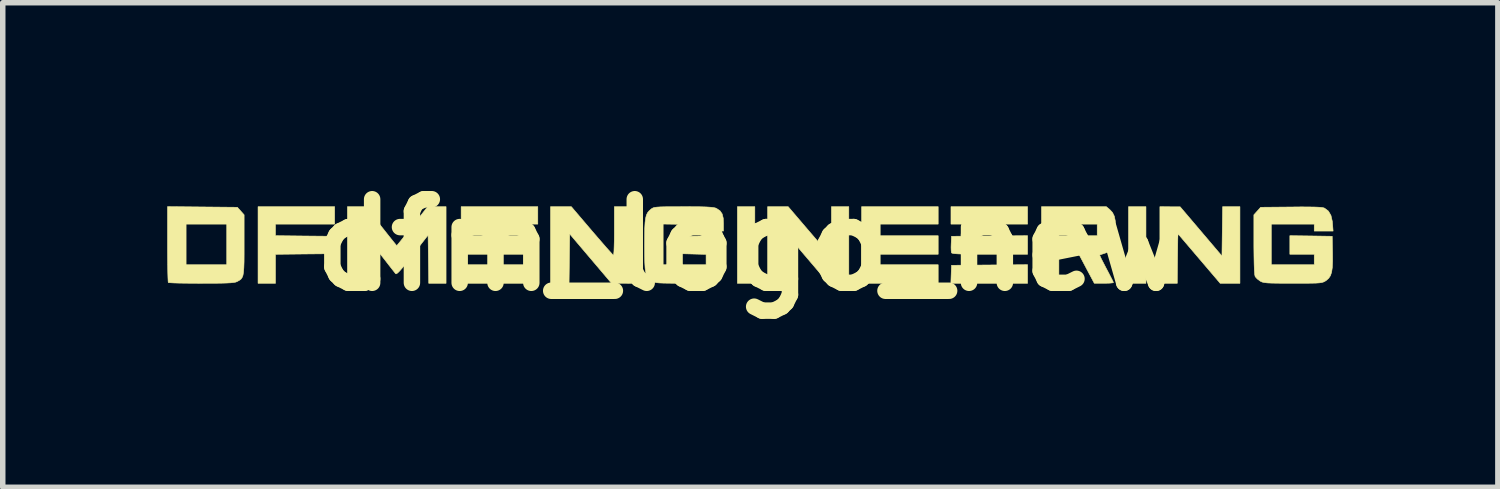
<source format=kicad_pcb>
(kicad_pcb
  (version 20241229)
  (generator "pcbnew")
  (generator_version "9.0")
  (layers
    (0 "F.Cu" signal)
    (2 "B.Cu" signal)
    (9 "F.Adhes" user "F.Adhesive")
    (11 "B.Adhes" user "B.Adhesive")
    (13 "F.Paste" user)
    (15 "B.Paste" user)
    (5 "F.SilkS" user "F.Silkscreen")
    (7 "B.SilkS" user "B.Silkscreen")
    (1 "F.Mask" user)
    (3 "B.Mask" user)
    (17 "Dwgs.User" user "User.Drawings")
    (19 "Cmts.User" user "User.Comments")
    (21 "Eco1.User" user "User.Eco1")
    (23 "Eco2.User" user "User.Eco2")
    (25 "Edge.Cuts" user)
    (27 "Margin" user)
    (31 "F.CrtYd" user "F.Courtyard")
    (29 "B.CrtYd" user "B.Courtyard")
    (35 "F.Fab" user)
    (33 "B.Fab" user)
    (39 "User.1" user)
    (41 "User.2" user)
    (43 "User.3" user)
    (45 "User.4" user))
  (footprint "dfm_logo_new"
    (layer "F.Cu")
    (at 10.631 1.418)
    (property "Reference" "dfm_logo_new" (at 0 0 0) (layer "F.SilkS") (effects (font (size 1.524 1.524) (thickness 0.3))))
    (attr through_hole)
    (fp_poly (pts (xy -3.873 -0.381) (xy -5.271 -0.381) (xy -5.271 -0.699) (xy -3.873 -0.699) (xy -3.873 -0.381)) (stroke (width 0.01) (type solid)) (fill yes) (layer "F.SilkS"))
    (fp_poly (pts (xy -3.873 0.169) (xy -5.271 0.169) (xy -5.271 -0.169) (xy -3.873 -0.169) (xy -3.873 0.169)) (stroke (width 0.01) (type solid)) (fill yes) (layer "F.SilkS"))
    (fp_poly (pts (xy -3.873 0.699) (xy -5.271 0.699) (xy -5.271 0.36) (xy -3.873 0.36) (xy -3.873 0.699)) (stroke (width 0.01) (type solid)) (fill yes) (layer "F.SilkS"))
    (fp_poly (pts (xy 0.085 0.699) (xy -0.233 0.699) (xy -0.233 -0.699) (xy 0.085 -0.699) (xy 0.085 0.699)) (stroke (width 0.01) (type solid)) (fill yes) (layer "F.SilkS"))
    (fp_poly (pts (xy 5.059 -0.381) (xy 3.662 -0.381) (xy 3.662 -0.699) (xy 5.059 -0.699) (xy 5.059 -0.381)) (stroke (width 0.01) (type solid)) (fill yes) (layer "F.SilkS"))
    (fp_poly (pts (xy 7.218 0.699) (xy 6.9 0.699) (xy 6.9 -0.699) (xy 7.218 -0.699) (xy 7.218 0.699)) (stroke (width 0.01) (type solid)) (fill yes) (layer "F.SilkS"))
    (fp_poly (pts (xy 5.059 0.699) (xy 3.66 0.699) (xy 3.666 0.534) (xy 3.672 0.37) (xy 5.059 0.359) (xy 5.059 0.699)) (stroke (width 0.01) (type solid)) (fill yes) (layer "F.SilkS"))
    (fp_poly (pts (xy -7.578 -0.381) (xy -8.657 -0.381) (xy -8.657 -0.17) (xy -8.123 -0.164) (xy -7.588 -0.159) (xy -7.588 0.159) (xy -8.123 0.164) (xy -8.657 0.17) (xy -8.657 0.699) (xy -8.975 0.699) (xy -8.975 -0.699) (xy -7.578 -0.699) (xy -7.578 -0.381)) (stroke (width 0.01) (type solid)) (fill yes) (layer "F.SilkS"))
    (fp_poly (pts (xy 3.429 -0.381) (xy 2.371 -0.381) (xy 2.371 -0.169) (xy 3.429 -0.169) (xy 3.429 0.169) (xy 2.371 0.169) (xy 2.371 0.36) (xy 3.429 0.36) (xy 3.429 0.699) (xy 2.032 0.699) (xy 2.032 -0.699) (xy 3.429 -0.699) (xy 3.429 -0.381)) (stroke (width 0.01) (type solid)) (fill yes) (layer "F.SilkS"))
    (fp_poly (pts (xy 8.932 0.699) (xy 8.572 0.699) (xy 7.8 -0.207) (xy 7.794 0.246) (xy 7.789 0.699) (xy 7.472 0.699) (xy 7.472 -0.699) (xy 7.657 -0.697) (xy 7.842 -0.696) (xy 8.604 0.201) (xy 8.61 -0.249) (xy 8.616 -0.699) (xy 8.932 -0.699) (xy 8.932 0.699)) (stroke (width 0.01) (type solid)) (fill yes) (layer "F.SilkS"))
    (fp_poly (pts (xy 5.059 0.169) (xy 4.37 0.169) (xy 4.175 0.169) (xy 4.019 0.168) (xy 3.897 0.166) (xy 3.806 0.163) (xy 3.742 0.159) (xy 3.7 0.154) (xy 3.678 0.147) (xy 3.671 0.141) (xy 3.666 0.105) (xy 3.664 0.043) (xy 3.666 -0.023) (xy 3.672 -0.159) (xy 5.059 -0.17) (xy 5.059 0.169)) (stroke (width 0.01) (type solid)) (fill yes) (layer "F.SilkS"))
    (fp_poly (pts (xy 1.069 -0.259) (xy 1.168 -0.144) (xy 1.259 -0.039) (xy 1.338 0.051) (xy 1.4 0.121) (xy 1.443 0.168) (xy 1.463 0.187) (xy 1.463 0.187) (xy 1.469 0.169) (xy 1.474 0.115) (xy 1.477 0.03) (xy 1.48 -0.08) (xy 1.482 -0.208) (xy 1.482 -0.252) (xy 1.482 -0.699) (xy 1.799 -0.699) (xy 1.799 0.699) (xy 1.614 0.698) (xy 1.429 0.697) (xy 0.667 -0.197) (xy 0.661 0.251) (xy 0.655 0.699) (xy 0.318 0.699) (xy 0.318 -0.699) (xy 0.693 -0.699) (xy 1.069 -0.259)) (stroke (width 0.01) (type solid)) (fill yes) (layer "F.SilkS"))
    (fp_poly (pts (xy -2.887 -0.259) (xy -2.788 -0.144) (xy -2.697 -0.039) (xy -2.619 0.051) (xy -2.556 0.121) (xy -2.514 0.168) (xy -2.494 0.187) (xy -2.494 0.187) (xy -2.489 0.169) (xy -2.484 0.115) (xy -2.481 0.03) (xy -2.478 -0.079) (xy -2.477 -0.205) (xy -2.477 -0.252) (xy -2.477 -0.699) (xy -2.159 -0.699) (xy -2.159 0.699) (xy -2.344 0.698) (xy -2.529 0.697) (xy -2.91 0.248) (xy -3.291 -0.201) (xy -3.297 0.249) (xy -3.303 0.699) (xy -3.641 0.699) (xy -3.641 -0.699) (xy -3.262 -0.699) (xy -2.887 -0.259)) (stroke (width 0.01) (type solid)) (fill yes) (layer "F.SilkS"))
    (fp_poly (pts (xy -6.731 -0.344) (xy -6.648 -0.239) (xy -6.575 -0.147) (xy -6.514 -0.071) (xy -6.471 -0.018) (xy -6.448 0.009) (xy -6.445 0.011) (xy -6.431 -0.005) (xy -6.394 -0.05) (xy -6.339 -0.118) (xy -6.27 -0.205) (xy -6.19 -0.306) (xy -6.16 -0.344) (xy -5.882 -0.699) (xy -5.546 -0.699) (xy -5.546 0.699) (xy -5.862 0.699) (xy -5.874 -0.18) (xy -6.159 0.186) (xy -6.257 0.311) (xy -6.333 0.405) (xy -6.389 0.47) (xy -6.428 0.509) (xy -6.453 0.526) (xy -6.466 0.524) (xy -6.485 0.499) (xy -6.526 0.447) (xy -6.585 0.372) (xy -6.656 0.28) (xy -6.737 0.177) (xy -6.752 0.158) (xy -7.017 -0.18) (xy -7.028 0.699) (xy -7.345 0.699) (xy -7.345 -0.699) (xy -7.009 -0.699) (xy -6.731 -0.344)) (stroke (width 0.01) (type solid)) (fill yes) (layer "F.SilkS"))
    (fp_poly (pts (xy -9.989 -0.694) (xy -9.352 -0.688) (xy -9.29 -0.619) (xy -9.229 -0.55) (xy -9.229 -0.004) (xy -9.229 0.172) (xy -9.23 0.31) (xy -9.234 0.417) (xy -9.24 0.496) (xy -9.25 0.554) (xy -9.266 0.594) (xy -9.287 0.623) (xy -9.315 0.644) (xy -9.351 0.664) (xy -9.356 0.667) (xy -9.382 0.677) (xy -9.42 0.684) (xy -9.476 0.69) (xy -9.555 0.694) (xy -9.661 0.697) (xy -9.798 0.698) (xy -9.973 0.698) (xy -10.007 0.699) (xy -10.161 0.698) (xy -10.301 0.697) (xy -10.422 0.695) (xy -10.517 0.692) (xy -10.582 0.688) (xy -10.611 0.685) (xy -10.612 0.684) (xy -10.615 0.661) (xy -10.618 0.599) (xy -10.621 0.506) (xy -10.623 0.386) (xy -10.625 0.244) (xy -10.626 0.085) (xy -10.626 -0.015) (xy -10.626 -0.381) (xy -10.287 -0.381) (xy -10.287 0.36) (xy -9.546 0.36) (xy -9.546 -0.381) (xy -10.287 -0.381) (xy -10.626 -0.381) (xy -10.626 -0.7) (xy -9.989 -0.694)) (stroke (width 0.01) (type solid)) (fill yes) (layer "F.SilkS"))
    (fp_poly (pts (xy 6.56 -0.644) (xy 6.608 -0.592) (xy 6.641 -0.525) (xy 6.659 -0.437) (xy 6.666 -0.32) (xy 6.664 -0.217) (xy 6.656 -0.092) (xy 6.639 -0.000493) (xy 6.609 0.064) (xy 6.561 0.108) (xy 6.494 0.141) (xy 6.475 0.148) (xy 6.418 0.167) (xy 6.381 0.18) (xy 6.374 0.183) (xy 6.381 0.202) (xy 6.404 0.252) (xy 6.441 0.324) (xy 6.487 0.413) (xy 6.496 0.43) (xy 6.544 0.521) (xy 6.584 0.599) (xy 6.613 0.656) (xy 6.625 0.684) (xy 6.625 0.685) (xy 6.606 0.691) (xy 6.554 0.696) (xy 6.479 0.698) (xy 6.451 0.698) (xy 6.276 0.698) (xy 6.138 0.439) (xy 6.001 0.18) (xy 5.816 0.174) (xy 5.63 0.168) (xy 5.63 0.699) (xy 5.313 0.699) (xy 5.313 -0.381) (xy 5.63 -0.381) (xy 5.63 -0.169) (xy 6.329 -0.169) (xy 6.329 -0.381) (xy 5.63 -0.381) (xy 5.313 -0.381) (xy 5.313 -0.699) (xy 6.495 -0.699) (xy 6.56 -0.644)) (stroke (width 0.01) (type solid)) (fill yes) (layer "F.SilkS"))
    (fp_poly (pts (xy 10.197 -0.694) (xy 10.308 -0.692) (xy 10.389 -0.688) (xy 10.443 -0.682) (xy 10.473 -0.673) (xy 10.475 -0.672) (xy 10.546 -0.618) (xy 10.592 -0.539) (xy 10.617 -0.429) (xy 10.62 -0.394) (xy 10.631 -0.254) (xy 10.287 -0.254) (xy 10.287 -0.381) (xy 9.504 -0.381) (xy 9.504 0.36) (xy 10.287 0.36) (xy 10.287 0.169) (xy 9.842 0.169) (xy 9.842 -0.17) (xy 10.229 -0.165) (xy 10.615 -0.159) (xy 10.621 0.139) (xy 10.622 0.292) (xy 10.617 0.408) (xy 10.604 0.495) (xy 10.583 0.559) (xy 10.551 0.607) (xy 10.507 0.646) (xy 10.501 0.65) (xy 10.477 0.665) (xy 10.453 0.676) (xy 10.422 0.685) (xy 10.379 0.691) (xy 10.319 0.695) (xy 10.235 0.697) (xy 10.123 0.698) (xy 9.976 0.698) (xy 9.898 0.698) (xy 9.732 0.698) (xy 9.604 0.697) (xy 9.507 0.695) (xy 9.435 0.692) (xy 9.384 0.686) (xy 9.348 0.679) (xy 9.32 0.669) (xy 9.299 0.657) (xy 9.247 0.618) (xy 9.211 0.578) (xy 9.209 0.574) (xy 9.201 0.538) (xy 9.195 0.462) (xy 9.191 0.349) (xy 9.188 0.202) (xy 9.186 0.023) (xy 9.186 -0.009) (xy 9.186 -0.55) (xy 9.248 -0.619) (xy 9.31 -0.688) (xy 9.867 -0.693) (xy 10.051 -0.695) (xy 10.197 -0.694)) (stroke (width 0.01) (type solid)) (fill yes) (layer "F.SilkS"))
    (fp_poly (pts (xy -1.04 -0.698) (xy -0.904 -0.697) (xy -0.801 -0.694) (xy -0.724 -0.689) (xy -0.67 -0.683) (xy -0.634 -0.675) (xy -0.614 -0.667) (xy -0.55 -0.624) (xy -0.511 -0.568) (xy -0.491 -0.489) (xy -0.487 -0.397) (xy -0.487 -0.254) (xy -0.644 -0.254) (xy -0.725 -0.255) (xy -0.772 -0.259) (xy -0.796 -0.27) (xy -0.805 -0.291) (xy -0.808 -0.312) (xy -0.815 -0.37) (xy -1.201 -0.376) (xy -1.587 -0.382) (xy -1.587 0.36) (xy -0.804 0.36) (xy -0.804 0.171) (xy -1.259 0.159) (xy -1.259 -0.159) (xy -0.487 -0.17) (xy -0.487 0.17) (xy -0.487 0.313) (xy -0.49 0.427) (xy -0.501 0.516) (xy -0.523 0.583) (xy -0.561 0.632) (xy -0.619 0.664) (xy -0.702 0.684) (xy -0.812 0.694) (xy -0.955 0.698) (xy -1.135 0.698) (xy -1.2 0.698) (xy -1.364 0.698) (xy -1.491 0.697) (xy -1.587 0.695) (xy -1.657 0.692) (xy -1.708 0.687) (xy -1.744 0.679) (xy -1.771 0.669) (xy -1.795 0.656) (xy -1.835 0.628) (xy -1.865 0.597) (xy -1.888 0.556) (xy -1.905 0.5) (xy -1.916 0.423) (xy -1.922 0.321) (xy -1.925 0.188) (xy -1.926 0.018) (xy -1.926 0) (xy -1.925 -0.171) (xy -1.923 -0.306) (xy -1.917 -0.409) (xy -1.907 -0.487) (xy -1.893 -0.544) (xy -1.872 -0.588) (xy -1.844 -0.622) (xy -1.809 -0.653) (xy -1.79 -0.667) (xy -1.768 -0.678) (xy -1.739 -0.686) (xy -1.696 -0.691) (xy -1.635 -0.695) (xy -1.55 -0.697) (xy -1.436 -0.698) (xy -1.287 -0.698) (xy -1.213 -0.699) (xy -1.04 -0.698)) (stroke (width 0.01) (type solid)) (fill yes) (layer "F.SilkS")))
  (gr_rect
    (start -3 -3)
    (end 24.267 5.836)
    (stroke (width 0.1) (type default))
    (fill no)
    (layer "Edge.Cuts")))
</source>
